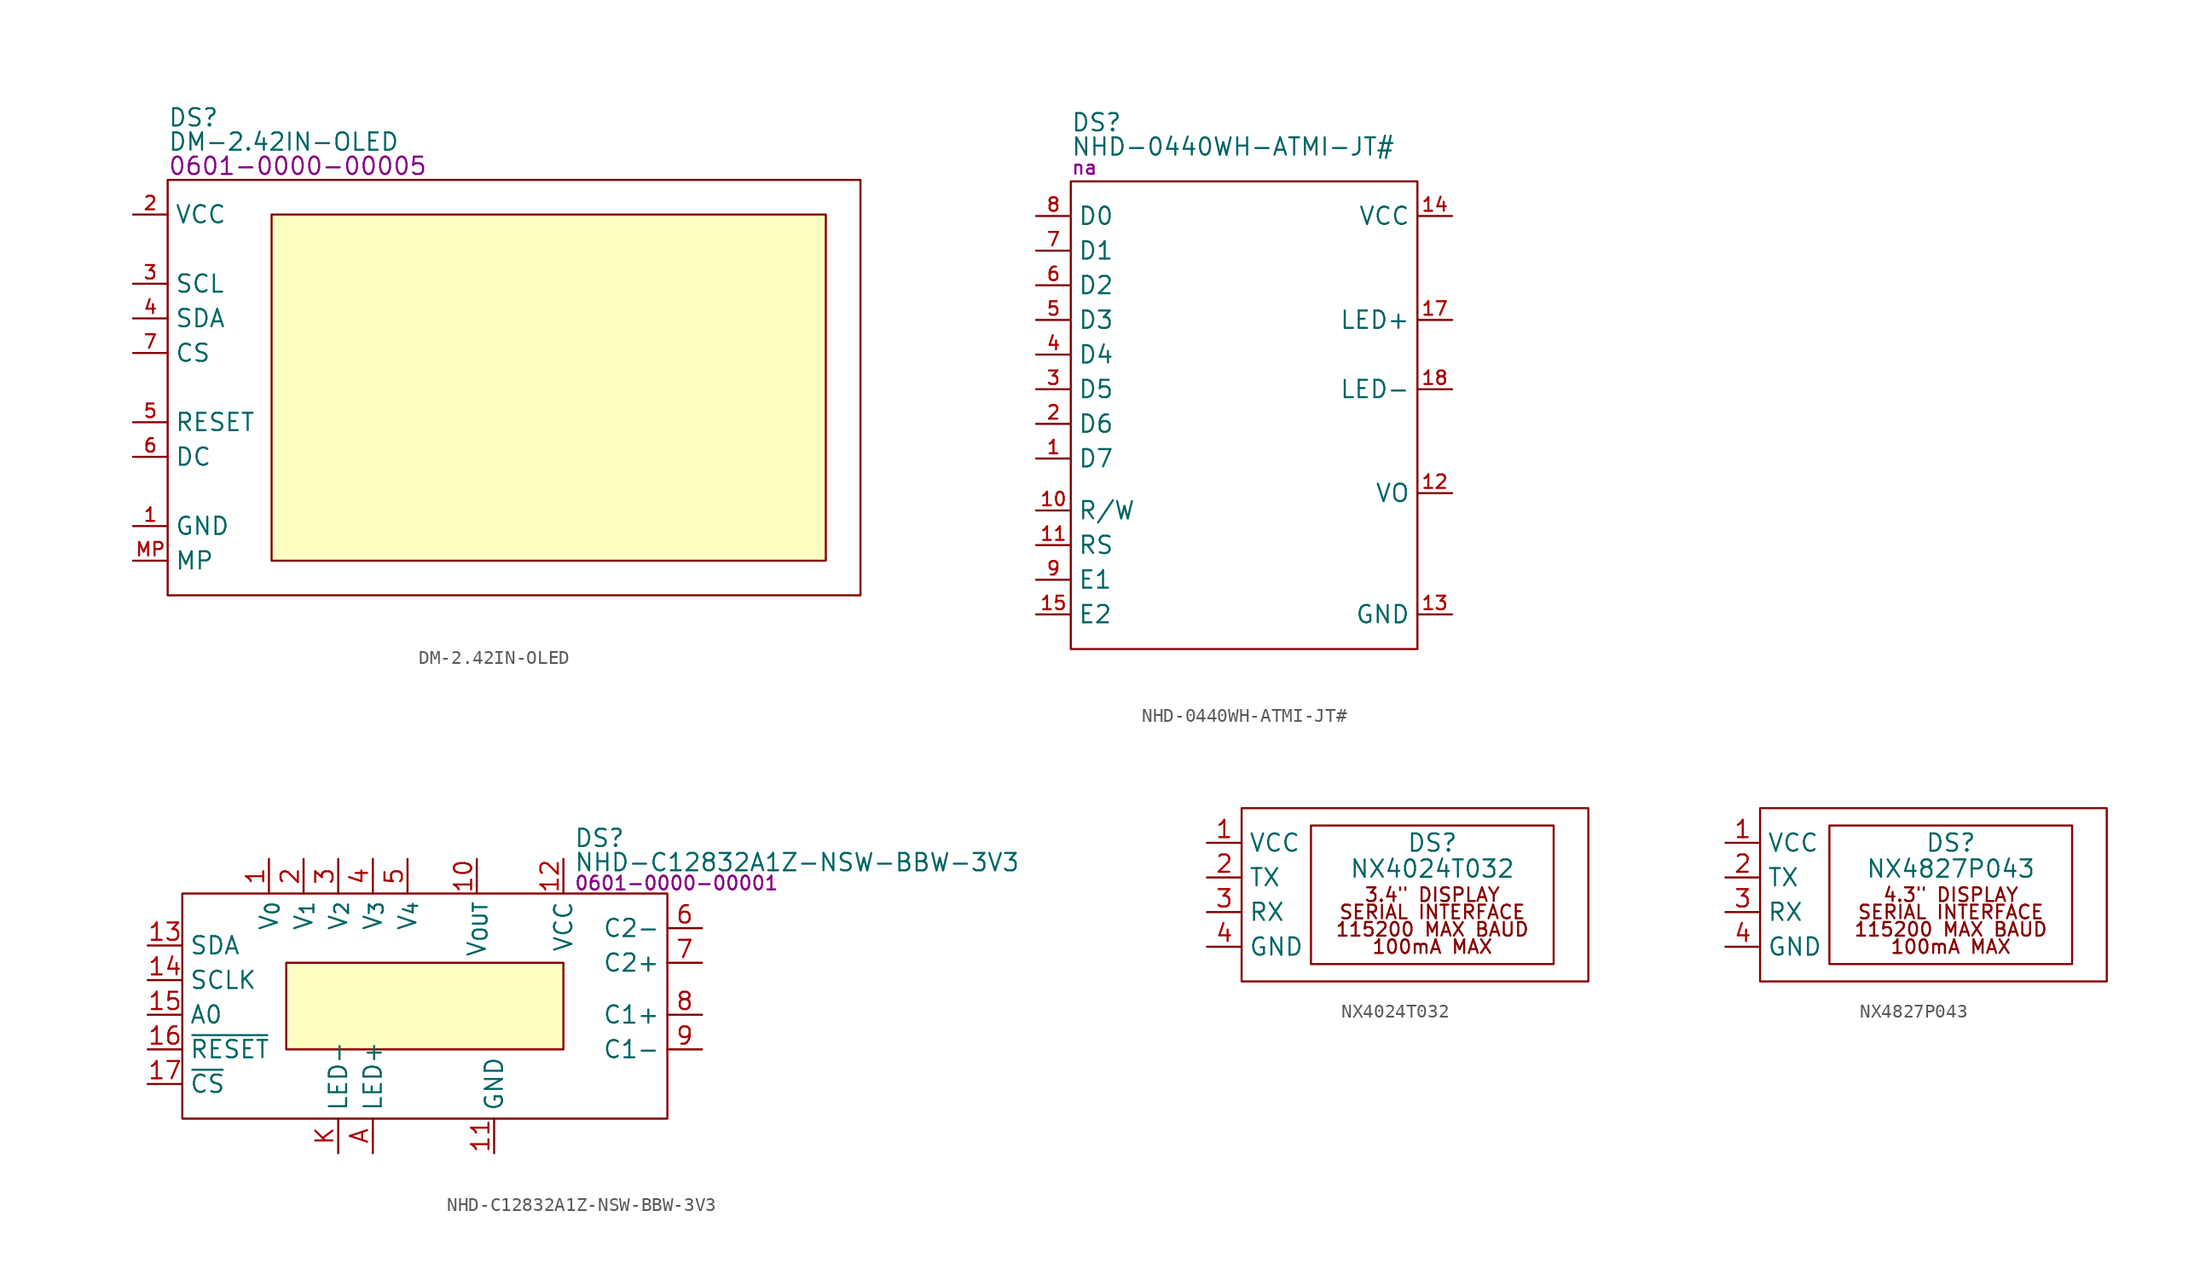
<source format=kicad_sym>
(kicad_symbol_lib
  (version 20231120)
  (generator "kicad_symbol_editor")
  (generator_version "8.0")
  (symbol "DM-2.42IN-OLED"
    (property "Reference" "DS"
      (at 0 4.572 0)
      (effects (font (size 1.27 1.27)) (justify left)))
    (property "Value" "DM-2.42IN-OLED"
      (at 0 2.794 0)
      (effects (font (size 1.27 1.27)) (justify left)))
    (property "PartNumber" "0601-0000-00005"
      (at 0 1.016 0)
      (effects (font (size 1.27 1.27)) (justify left)))
    (symbol "DM-2.42IN-OLED_0_0"
      (pin power_in line (at -2.54 -25.4 0) (length 2.54) (name "GND" (effects (font (size 1.27 1.27)))) (number "1" (effects (font (size 0.991 0.991)))))
      (pin power_in line (at -2.54 -2.54 0) (length 2.54) (name "VCC" (effects (font (size 1.27 1.27)))) (number "2" (effects (font (size 0.991 0.991)))))
      (pin input line (at -2.54 -7.62 0) (length 2.54) (name "SCL" (effects (font (size 1.27 1.27)))) (number "3" (effects (font (size 0.991 0.991)))))
      (pin input line (at -2.54 -10.16 0) (length 2.54) (name "SDA" (effects (font (size 1.27 1.27)))) (number "4" (effects (font (size 0.991 0.991)))))
      (pin input line (at -2.54 -17.78 0) (length 2.54) (name "RESET" (effects (font (size 1.27 1.27)))) (number "5" (effects (font (size 0.991 0.991)))))
      (pin input line (at -2.54 -20.32 0) (length 2.54) (name "DC" (effects (font (size 1.27 1.27)))) (number "6" (effects (font (size 0.991 0.991)))))
      (pin input line (at -2.54 -12.7 0) (length 2.54) (name "CS" (effects (font (size 1.27 1.27)))) (number "7" (effects (font (size 0.991 0.991)))))
      (pin passive line (at -2.54 -27.94 0) (length 2.54) (name "MP" (effects (font (size 1.27 1.27)))) (number "MP" (effects (font (size 0.991 0.991))))))
    (symbol "DM-2.42IN-OLED_0_1"
      (rectangle (start 0 0) (end 50.8 -30.48) (stroke (width 0) (type default)) (fill (type none))))
    (symbol "DM-2.42IN-OLED_1_1"
      (rectangle (start 7.62 -2.54) (end 48.26 -27.94) (stroke (width 0) (type default)) (fill (type background)))))
  (symbol "NHD-0440WH-ATMI-JT#"
    (property "Reference" "DS"
      (at 0 4.318 0)
      (effects (font (size 1.27 1.27)) (justify left)))
    (property "Value" "NHD-0440WH-ATMI-JT#"
      (at 0 2.54 0)
      (effects (font (size 1.27 1.27)) (justify left)))
    (property "PartNumber" "na"
      (at 0 1.016 0)
      (effects (font (size 1 1)) (justify left)))
    (symbol "NHD-0440WH-ATMI-JT#_0_0"
      (pin bidirectional line (at -2.54 -20.32 0) (length 2.54) (name "D7" (effects (font (size 1.27 1.27)))) (number "1" (effects (font (size 0.991 0.991)))))
      (pin input line (at -2.54 -26.67 0) (length 2.54) (name "RS" (effects (font (size 1.27 1.27)))) (number "11" (effects (font (size 0.991 0.991)))))
      (pin input line (at 27.94 -22.86 180) (length 2.54) (name "VO" (effects (font (size 1.27 1.27)))) (number "12" (effects (font (size 0.991 0.991)))))
      (pin power_in line (at 27.94 -31.75 180) (length 2.54) (name "GND" (effects (font (size 1.27 1.27)))) (number "13" (effects (font (size 0.991 0.991)))))
      (pin power_in line (at 27.94 -2.54 180) (length 2.54) (name "VCC" (effects (font (size 1.27 1.27)))) (number "14" (effects (font (size 0.991 0.991)))))
      (pin input line (at -2.54 -31.75 0) (length 2.54) (name "E2" (effects (font (size 1.27 1.27)))) (number "15" (effects (font (size 0.991 0.991)))))
      (pin power_in line (at 27.94 -10.16 180) (length 2.54) (name "LED+" (effects (font (size 1.27 1.27)))) (number "17" (effects (font (size 0.991 0.991)))))
      (pin power_in line (at 27.94 -15.24 180) (length 2.54) (name "LED-" (effects (font (size 1.27 1.27)))) (number "18" (effects (font (size 0.991 0.991)))))
      (pin bidirectional line (at -2.54 -17.78 0) (length 2.54) (name "D6" (effects (font (size 1.27 1.27)))) (number "2" (effects (font (size 0.991 0.991)))))
      (pin bidirectional line (at -2.54 -15.24 0) (length 2.54) (name "D5" (effects (font (size 1.27 1.27)))) (number "3" (effects (font (size 0.991 0.991)))))
      (pin bidirectional line (at -2.54 -12.7 0) (length 2.54) (name "D4" (effects (font (size 1.27 1.27)))) (number "4" (effects (font (size 0.991 0.991)))))
      (pin bidirectional line (at -2.54 -10.16 0) (length 2.54) (name "D3" (effects (font (size 1.27 1.27)))) (number "5" (effects (font (size 0.991 0.991)))))
      (pin bidirectional line (at -2.54 -7.62 0) (length 2.54) (name "D2" (effects (font (size 1.27 1.27)))) (number "6" (effects (font (size 0.991 0.991)))))
      (pin bidirectional line (at -2.54 -5.08 0) (length 2.54) (name "D1" (effects (font (size 1.27 1.27)))) (number "7" (effects (font (size 0.991 0.991)))))
      (pin bidirectional line (at -2.54 -2.54 0) (length 2.54) (name "D0" (effects (font (size 1.27 1.27)))) (number "8" (effects (font (size 0.991 0.991)))))
      (pin input line (at -2.54 -29.21 0) (length 2.54) (name "E1" (effects (font (size 1.27 1.27)))) (number "9" (effects (font (size 0.991 0.991))))))
    (symbol "NHD-0440WH-ATMI-JT#_0_1"
      (rectangle (start 0 0) (end 25.4 -34.29) (stroke (width 0) (type default)) (fill (type none))))
    (symbol "NHD-0440WH-ATMI-JT#_1_0"
      (pin input line (at -2.54 -24.13 0) (length 2.54) (name "R/W" (effects (font (size 1.27 1.27)))) (number "10" (effects (font (size 0.991 0.991)))))
      (pin no_connect line (at 10.16 -26.67 0) (length 2.54) hide (name "NC" (effects (font (size 1.27 1.27)))) (number "16" (effects (font (size 0.991 0.991)))))))
  (symbol "NHD-C12832A1Z-NSW-BBW-3V3"
    (property "Reference" "DS"
      (at 10.922 11.684 0)
      (effects (font (size 1.27 1.27)) (justify left)))
    (property "Value" "NHD-C12832A1Z-NSW-BBW-3V3"
      (at 10.922 9.906 0)
      (effects (font (size 1.27 1.27)) (justify left)))
    (property "PartNumber" "0601-0000-00001"
      (at 10.922 8.382 0)
      (effects (font (size 1 1)) (justify left)))
    (symbol "NHD-C12832A1Z-NSW-BBW-3V3_0_0"
      (pin power_out line (at -11.43 10.16 270) (length 2.54) (name "V_{0}" (effects (font (size 1.27 1.27)))) (number "1" (effects (font (size 1.27 1.27)))))
      (pin power_out line (at 3.81 10.16 270) (length 2.54) (name "V_{OUT}" (effects (font (size 1.27 1.27)))) (number "10" (effects (font (size 1.27 1.27)))))
      (pin power_in line (at 5.08 -11.43 90) (length 2.54) (name "GND" (effects (font (size 1.27 1.27)))) (number "11" (effects (font (size 1.27 1.27)))))
      (pin power_in line (at 10.16 10.16 270) (length 2.54) (name "VCC" (effects (font (size 1.27 1.27)))) (number "12" (effects (font (size 1.27 1.27)))))
      (pin bidirectional line (at -20.32 3.81 0) (length 2.54) (name "SDA" (effects (font (size 1.27 1.27)))) (number "13" (effects (font (size 1.27 1.27)))))
      (pin input line (at -20.32 1.27 0) (length 2.54) (name "SCLK" (effects (font (size 1.27 1.27)))) (number "14" (effects (font (size 1.27 1.27)))))
      (pin input line (at -20.32 -1.27 0) (length 2.54) (name "A0" (effects (font (size 1.27 1.27)))) (number "15" (effects (font (size 1.27 1.27)))))
      (pin input line (at -20.32 -3.81 0) (length 2.54) (name "~{RESET}" (effects (font (size 1.27 1.27)))) (number "16" (effects (font (size 1.27 1.27)))))
      (pin input line (at -20.32 -6.35 0) (length 2.54) (name "~{CS}" (effects (font (size 1.27 1.27)))) (number "17" (effects (font (size 1.27 1.27)))))
      (pin power_out line (at -8.89 10.16 270) (length 2.54) (name "V_{1}" (effects (font (size 1.27 1.27)))) (number "2" (effects (font (size 1.27 1.27)))))
      (pin power_out line (at -6.35 10.16 270) (length 2.54) (name "V_{2}" (effects (font (size 1.27 1.27)))) (number "3" (effects (font (size 1.27 1.27)))))
      (pin power_out line (at -3.81 10.16 270) (length 2.54) (name "V_{3}" (effects (font (size 1.27 1.27)))) (number "4" (effects (font (size 1.27 1.27)))))
      (pin power_out line (at -1.27 10.16 270) (length 2.54) (name "V_{4}" (effects (font (size 1.27 1.27)))) (number "5" (effects (font (size 1.27 1.27)))))
      (pin power_in line (at 20.32 5.08 180) (length 2.54) (name "C2-" (effects (font (size 1.27 1.27)))) (number "6" (effects (font (size 1.27 1.27)))))
      (pin power_out line (at 20.32 2.54 180) (length 2.54) (name "C2+" (effects (font (size 1.27 1.27)))) (number "7" (effects (font (size 1.27 1.27)))))
      (pin power_in line (at 20.32 -1.27 180) (length 2.54) (name "C1+" (effects (font (size 1.27 1.27)))) (number "8" (effects (font (size 1.27 1.27)))))
      (pin power_out line (at 20.32 -3.81 180) (length 2.54) (name "C1-" (effects (font (size 1.27 1.27)))) (number "9" (effects (font (size 1.27 1.27)))))
      (pin passive line (at -3.81 -11.43 90) (length 2.54) (name "LED+" (effects (font (size 1.27 1.27)))) (number "A" (effects (font (size 1.27 1.27)))))
      (pin passive line (at -6.35 -11.43 90) (length 2.54) (name "LED-" (effects (font (size 1.27 1.27)))) (number "K" (effects (font (size 1.27 1.27))))))
    (symbol "NHD-C12832A1Z-NSW-BBW-3V3_0_1"
      (rectangle (start -17.78 7.62) (end 17.78 -8.89) (stroke (width 0) (type default)) (fill (type none)))
      (rectangle (start -10.16 2.54) (end 10.16 -3.81) (stroke (width 0) (type default)) (fill (type background)))))
  (symbol "NX4024T032"
    (property "Reference" "DS"
      (at 13.97 0 0)
      (effects (font (size 1.27 1.27))))
    (property "Value" "NX4024T032"
      (at 13.97 -1.905 0)
      (effects (font (size 1.27 1.27))))
    (symbol "NX4024T032_0_0"
      (text "100mA MAX" (at 13.97 -7.62 0) (effects (font (size 1 1))))
      (text "115200 MAX BAUD" (at 13.97 -6.35 0) (effects (font (size 1 1))))
      (text "3.4\" DISPLAY" (at 13.97 -3.81 0) (effects (font (size 1 1))))
      (text "SERIAL INTERFACE" (at 13.97 -5.08 0) (effects (font (size 1 1)))))
    (symbol "NX4024T032_0_1"
      (rectangle (start 0 2.54) (end 25.4 -10.16) (stroke (width 0) (type default)) (fill (type none)))
      (rectangle (start 5.08 1.27) (end 22.86 -8.89) (stroke (width 0) (type default)) (fill (type none))))
    (symbol "NX4024T032_1_1"
      (pin input line (at -2.54 0 0) (length 2.54) (name "VCC" (effects (font (size 1.27 1.27)))) (number "1" (effects (font (size 1.27 1.27)))))
      (pin input line (at -2.54 -2.54 0) (length 2.54) (name "TX" (effects (font (size 1.27 1.27)))) (number "2" (effects (font (size 1.27 1.27)))))
      (pin input line (at -2.54 -5.08 0) (length 2.54) (name "RX" (effects (font (size 1.27 1.27)))) (number "3" (effects (font (size 1.27 1.27)))))
      (pin input line (at -2.54 -7.62 0) (length 2.54) (name "GND" (effects (font (size 1.27 1.27)))) (number "4" (effects (font (size 1.27 1.27)))))))
  (symbol "NX4827P043"
    (property "Reference" "DS"
      (at 13.97 0 0)
      (effects (font (size 1.27 1.27))))
    (property "Value" "NX4827P043"
      (at 13.97 -1.905 0)
      (effects (font (size 1.27 1.27))))
    (symbol "NX4827P043_0_0"
      (text "100mA MAX" (at 13.97 -7.62 0) (effects (font (size 1 1))))
      (text "115200 MAX BAUD" (at 13.97 -6.35 0) (effects (font (size 1 1))))
      (text "4.3\" DISPLAY" (at 13.97 -3.81 0) (effects (font (size 1 1))))
      (text "SERIAL INTERFACE" (at 13.97 -5.08 0) (effects (font (size 1 1)))))
    (symbol "NX4827P043_0_1"
      (rectangle (start 0 2.54) (end 25.4 -10.16) (stroke (width 0) (type default)) (fill (type none)))
      (rectangle (start 5.08 1.27) (end 22.86 -8.89) (stroke (width 0) (type default)) (fill (type none))))
    (symbol "NX4827P043_1_1"
      (pin input line (at -2.54 0 0) (length 2.54) (name "VCC" (effects (font (size 1.27 1.27)))) (number "1" (effects (font (size 1.27 1.27)))))
      (pin input line (at -2.54 -2.54 0) (length 2.54) (name "TX" (effects (font (size 1.27 1.27)))) (number "2" (effects (font (size 1.27 1.27)))))
      (pin input line (at -2.54 -5.08 0) (length 2.54) (name "RX" (effects (font (size 1.27 1.27)))) (number "3" (effects (font (size 1.27 1.27)))))
      (pin input line (at -2.54 -7.62 0) (length 2.54) (name "GND" (effects (font (size 1.27 1.27)))) (number "4" (effects (font (size 1.27 1.27))))))))
</source>
